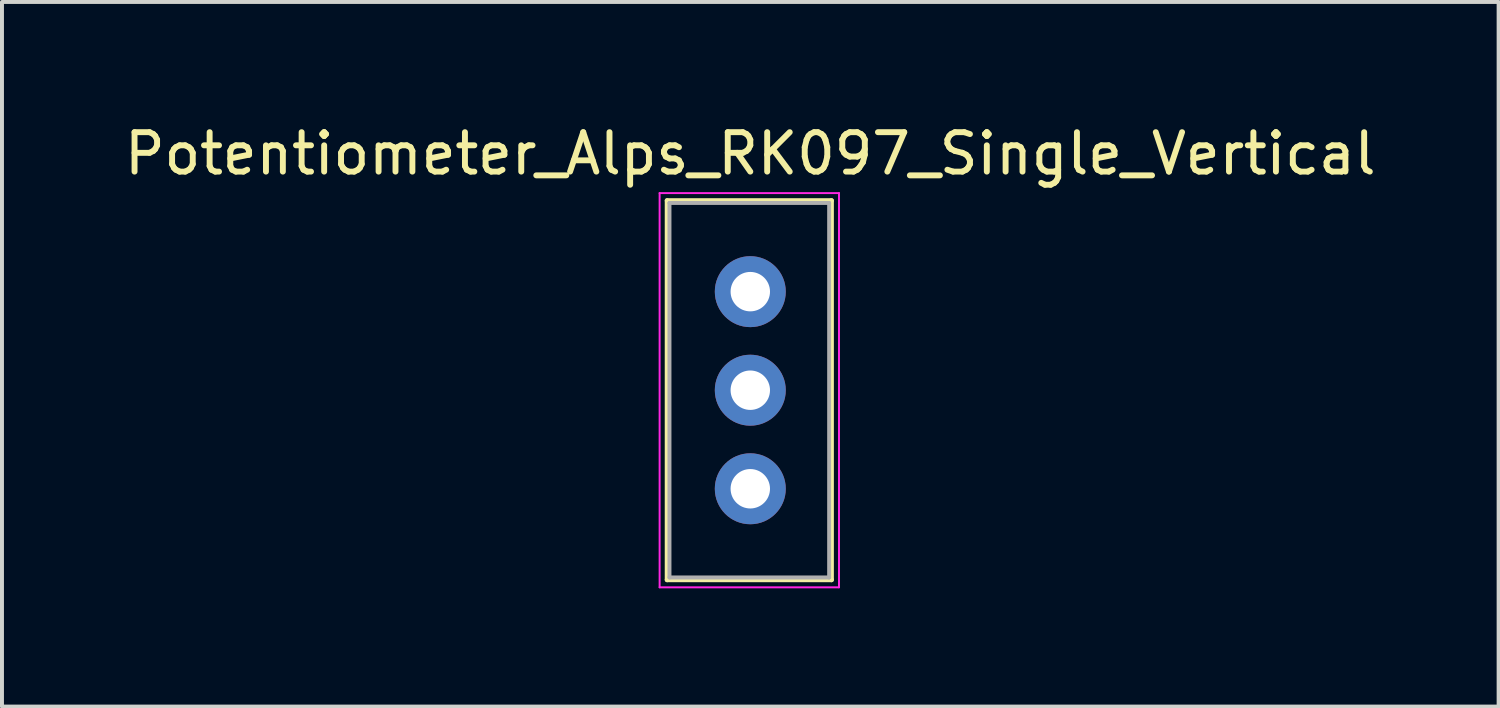
<source format=kicad_pcb>
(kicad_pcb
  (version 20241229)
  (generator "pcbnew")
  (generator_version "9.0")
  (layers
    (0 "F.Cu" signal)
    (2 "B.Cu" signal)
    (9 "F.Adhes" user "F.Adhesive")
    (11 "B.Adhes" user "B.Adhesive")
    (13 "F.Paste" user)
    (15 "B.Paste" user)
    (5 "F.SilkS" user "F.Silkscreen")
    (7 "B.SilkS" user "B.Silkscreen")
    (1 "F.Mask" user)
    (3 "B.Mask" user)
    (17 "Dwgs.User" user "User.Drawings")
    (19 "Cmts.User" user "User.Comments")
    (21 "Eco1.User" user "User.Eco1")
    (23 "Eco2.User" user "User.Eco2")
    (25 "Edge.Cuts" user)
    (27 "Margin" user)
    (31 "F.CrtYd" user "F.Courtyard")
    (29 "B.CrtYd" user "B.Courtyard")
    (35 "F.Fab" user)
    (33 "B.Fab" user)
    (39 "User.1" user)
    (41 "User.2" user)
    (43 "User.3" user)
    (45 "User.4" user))
  (footprint "Potentiometer_Alps_RK097_Single_Vertical"
    (layer "F.Cu")
    (at 15.982 9.348)
    (property "Reference" "Potentiometer_Alps_RK097_Single_Vertical" (at 0 -8.5 0) (layer "F.SilkS") (effects (font (size 1 1) (thickness 0.15))))
    (attr through_hole)
    (fp_line (start -2.11 -7.31) (end -2.11 2.31) (stroke (width 0.12) (type solid)) (layer "F.SilkS"))
    (fp_line (start -2.11 -7.31) (end 2.06 -7.31) (stroke (width 0.12) (type solid)) (layer "F.SilkS"))
    (fp_line (start -2.11 2.31) (end 2.06 2.31) (stroke (width 0.12) (type solid)) (layer "F.SilkS"))
    (fp_line (start 2.06 -7.31) (end 2.06 2.31) (stroke (width 0.12) (type solid)) (layer "F.SilkS"))
    (fp_line (start -2.3 -7.5) (end -2.3 2.5) (stroke (width 0.05) (type solid)) (layer "F.CrtYd"))
    (fp_line (start -2.3 2.5) (end 2.25 2.5) (stroke (width 0.05) (type solid)) (layer "F.CrtYd"))
    (fp_line (start 2.25 -7.5) (end -2.3 -7.5) (stroke (width 0.05) (type solid)) (layer "F.CrtYd"))
    (fp_line (start 2.25 2.5) (end 2.25 -7.5) (stroke (width 0.05) (type solid)) (layer "F.CrtYd"))
    (fp_line (start -2.05 -7.25) (end -2.05 2.25) (stroke (width 0.1) (type solid)) (layer "F.Fab"))
    (fp_line (start -2.05 2.25) (end 2 2.25) (stroke (width 0.1) (type solid)) (layer "F.Fab"))
    (fp_line (start 2 -7.25) (end -2.05 -7.25) (stroke (width 0.1) (type solid)) (layer "F.Fab"))
    (fp_line (start 2 2.25) (end 2 -7.25) (stroke (width 0.1) (type solid)) (layer "F.Fab"))
    (pad "1" thru_hole circle (at 0 0) (size 1.8 1.8) (drill 1) (layers "*.Cu" "*.Mask"))
    (pad "2" thru_hole circle (at 0 -2.5) (size 1.8 1.8) (drill 1) (layers "*.Cu" "*.Mask"))
    (pad "3" thru_hole circle (at 0 -5) (size 1.8 1.8) (drill 1) (layers "*.Cu" "*.Mask")))
  (gr_rect
    (start -3 -3)
    (end 34.964 14.873)
    (stroke (width 0.1) (type default))
    (fill no)
    (layer "Edge.Cuts")))
</source>
